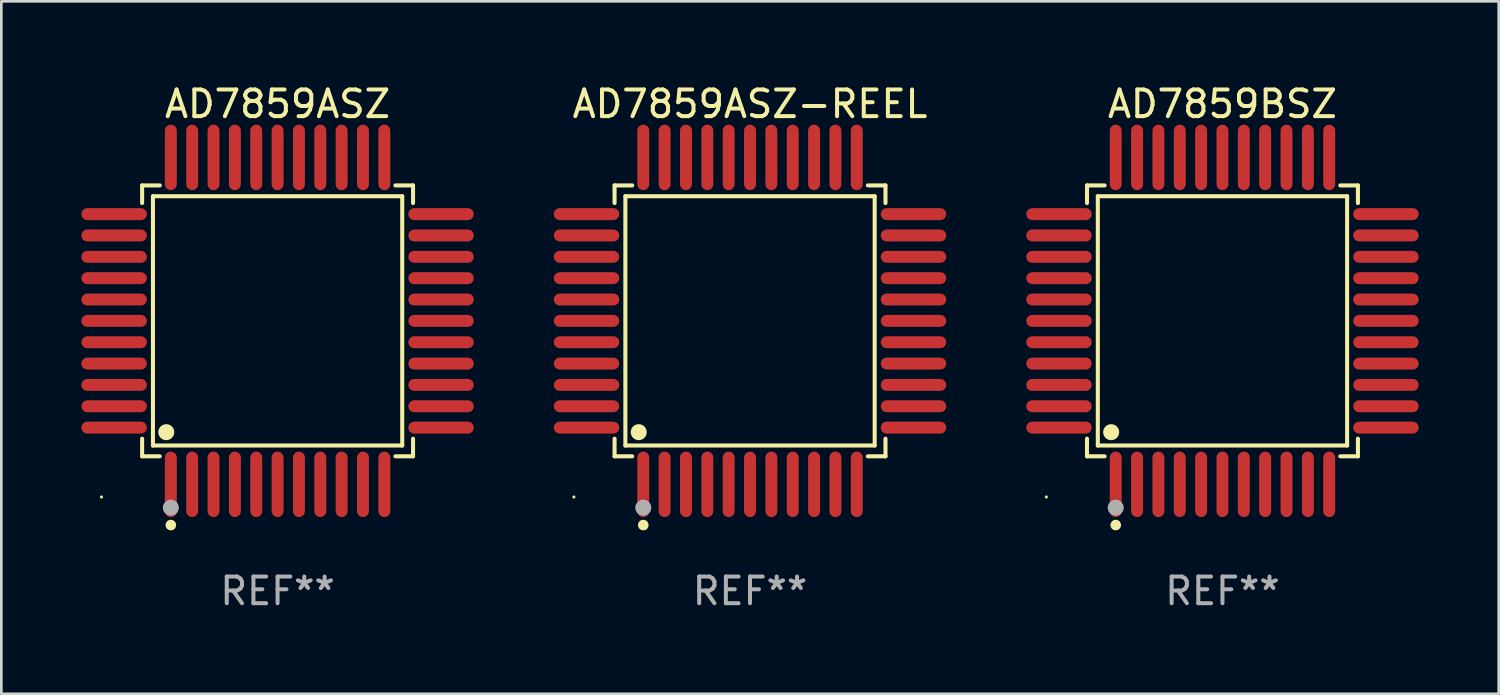
<source format=kicad_pcb>
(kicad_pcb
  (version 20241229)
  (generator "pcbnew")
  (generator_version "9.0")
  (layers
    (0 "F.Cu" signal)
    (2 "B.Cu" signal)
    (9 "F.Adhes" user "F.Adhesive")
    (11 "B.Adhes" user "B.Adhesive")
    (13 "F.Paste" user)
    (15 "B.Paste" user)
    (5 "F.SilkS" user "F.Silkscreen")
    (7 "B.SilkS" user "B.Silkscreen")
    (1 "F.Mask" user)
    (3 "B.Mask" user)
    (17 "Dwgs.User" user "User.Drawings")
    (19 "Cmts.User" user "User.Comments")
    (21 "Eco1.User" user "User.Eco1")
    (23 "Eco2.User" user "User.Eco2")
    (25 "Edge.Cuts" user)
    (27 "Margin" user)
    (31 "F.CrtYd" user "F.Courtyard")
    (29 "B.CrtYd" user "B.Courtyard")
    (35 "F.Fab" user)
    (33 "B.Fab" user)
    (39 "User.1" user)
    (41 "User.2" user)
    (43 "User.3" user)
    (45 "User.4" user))
  (footprint "AD7859ASZ"
    (layer "F.Cu")
    (at 7.352 8.974)
    (property "Reference" "AD7859ASZ" (at 0 -8.126 0) (layer "F.SilkS") (effects (font (size 1 1) (thickness 0.15))))
    (attr through_hole)
    (fp_line (start -5.076 -5.076) (end -4.415 -5.076) (stroke (width 0.152) (type solid)) (layer "F.SilkS"))
    (fp_line (start -5.076 -4.415) (end -5.076 -5.076) (stroke (width 0.152) (type solid)) (layer "F.SilkS"))
    (fp_line (start -5.076 4.415) (end -5.076 5.076) (stroke (width 0.152) (type solid)) (layer "F.SilkS"))
    (fp_line (start -5.076 5.076) (end -4.415 5.076) (stroke (width 0.152) (type solid)) (layer "F.SilkS"))
    (fp_line (start -4.671 -4.671) (end 4.671 -4.671) (stroke (width 0.152) (type solid)) (layer "F.SilkS"))
    (fp_line (start -4.671 4.671) (end -4.671 -4.671) (stroke (width 0.152) (type solid)) (layer "F.SilkS"))
    (fp_line (start 4.671 -4.671) (end 4.671 4.671) (stroke (width 0.152) (type solid)) (layer "F.SilkS"))
    (fp_line (start 4.671 4.671) (end -4.671 4.671) (stroke (width 0.152) (type solid)) (layer "F.SilkS"))
    (fp_line (start 5.076 -5.076) (end 4.415 -5.076) (stroke (width 0.152) (type solid)) (layer "F.SilkS"))
    (fp_line (start 5.076 -4.415) (end 5.076 -5.076) (stroke (width 0.152) (type solid)) (layer "F.SilkS"))
    (fp_line (start 5.076 4.415) (end 5.076 5.076) (stroke (width 0.152) (type solid)) (layer "F.SilkS"))
    (fp_line (start 5.076 5.076) (end 4.415 5.076) (stroke (width 0.152) (type solid)) (layer "F.SilkS"))
    (fp_circle (center -6.6 6.6) (end -6.57 6.6) (stroke (width 0.06) (type solid)) (fill no) (layer "F.SilkS"))
    (fp_circle (center -4.171 4.171) (end -4.021 4.171) (stroke (width 0.3) (type solid)) (fill no) (layer "F.SilkS"))
    (fp_circle (center -4 7.652) (end -3.9 7.652) (stroke (width 0.2) (type solid)) (fill no) (layer "F.SilkS"))
    (fp_circle (center -4 7) (end -3.85 7) (stroke (width 0.3) (type solid)) (fill no) (layer "F.Fab"))
    (fp_text user "REF**" (at 0 10.126 0) (layer "F.Fab") (effects (font (size 1 1) (thickness 0.15))))
    (pad "1" smd oval (at -4 6.126) (size 0.448 2.452) (layers "F.Cu" "F.Mask" "F.Paste"))
    (pad "2" smd oval (at -3.2 6.126) (size 0.448 2.452) (layers "F.Cu" "F.Mask" "F.Paste"))
    (pad "3" smd oval (at -2.4 6.126) (size 0.448 2.452) (layers "F.Cu" "F.Mask" "F.Paste"))
    (pad "4" smd oval (at -1.6 6.126) (size 0.448 2.452) (layers "F.Cu" "F.Mask" "F.Paste"))
    (pad "5" smd oval (at -0.8 6.126) (size 0.448 2.452) (layers "F.Cu" "F.Mask" "F.Paste"))
    (pad "6" smd oval (at 0 6.126) (size 0.448 2.452) (layers "F.Cu" "F.Mask" "F.Paste"))
    (pad "7" smd oval (at 0.8 6.126) (size 0.448 2.452) (layers "F.Cu" "F.Mask" "F.Paste"))
    (pad "8" smd oval (at 1.6 6.126) (size 0.448 2.452) (layers "F.Cu" "F.Mask" "F.Paste"))
    (pad "9" smd oval (at 2.4 6.126) (size 0.448 2.452) (layers "F.Cu" "F.Mask" "F.Paste"))
    (pad "10" smd oval (at 3.2 6.126) (size 0.448 2.452) (layers "F.Cu" "F.Mask" "F.Paste"))
    (pad "11" smd oval (at 4 6.126) (size 0.448 2.452) (layers "F.Cu" "F.Mask" "F.Paste"))
    (pad "12" smd oval (at 6.126 4) (size 2.452 0.448) (layers "F.Cu" "F.Mask" "F.Paste"))
    (pad "13" smd oval (at 6.126 3.2) (size 2.452 0.448) (layers "F.Cu" "F.Mask" "F.Paste"))
    (pad "14" smd oval (at 6.126 2.4) (size 2.452 0.448) (layers "F.Cu" "F.Mask" "F.Paste"))
    (pad "15" smd oval (at 6.126 1.6) (size 2.452 0.448) (layers "F.Cu" "F.Mask" "F.Paste"))
    (pad "16" smd oval (at 6.126 0.8) (size 2.452 0.448) (layers "F.Cu" "F.Mask" "F.Paste"))
    (pad "17" smd oval (at 6.126 0) (size 2.452 0.448) (layers "F.Cu" "F.Mask" "F.Paste"))
    (pad "18" smd oval (at 6.126 -0.8) (size 2.452 0.448) (layers "F.Cu" "F.Mask" "F.Paste"))
    (pad "19" smd oval (at 6.126 -1.6) (size 2.452 0.448) (layers "F.Cu" "F.Mask" "F.Paste"))
    (pad "20" smd oval (at 6.126 -2.4) (size 2.452 0.448) (layers "F.Cu" "F.Mask" "F.Paste"))
    (pad "21" smd oval (at 6.126 -3.2) (size 2.452 0.448) (layers "F.Cu" "F.Mask" "F.Paste"))
    (pad "22" smd oval (at 6.126 -4) (size 2.452 0.448) (layers "F.Cu" "F.Mask" "F.Paste"))
    (pad "23" smd oval (at 4 -6.126) (size 0.448 2.452) (layers "F.Cu" "F.Mask" "F.Paste"))
    (pad "24" smd oval (at 3.2 -6.126) (size 0.448 2.452) (layers "F.Cu" "F.Mask" "F.Paste"))
    (pad "25" smd oval (at 2.4 -6.126) (size 0.448 2.452) (layers "F.Cu" "F.Mask" "F.Paste"))
    (pad "26" smd oval (at 1.6 -6.126) (size 0.448 2.452) (layers "F.Cu" "F.Mask" "F.Paste"))
    (pad "27" smd oval (at 0.8 -6.126) (size 0.448 2.452) (layers "F.Cu" "F.Mask" "F.Paste"))
    (pad "28" smd oval (at 0 -6.126) (size 0.448 2.452) (layers "F.Cu" "F.Mask" "F.Paste"))
    (pad "29" smd oval (at -0.8 -6.126) (size 0.448 2.452) (layers "F.Cu" "F.Mask" "F.Paste"))
    (pad "30" smd oval (at -1.6 -6.126) (size 0.448 2.452) (layers "F.Cu" "F.Mask" "F.Paste"))
    (pad "31" smd oval (at -2.4 -6.126) (size 0.448 2.452) (layers "F.Cu" "F.Mask" "F.Paste"))
    (pad "32" smd oval (at -3.2 -6.126) (size 0.448 2.452) (layers "F.Cu" "F.Mask" "F.Paste"))
    (pad "33" smd oval (at -4 -6.126) (size 0.448 2.452) (layers "F.Cu" "F.Mask" "F.Paste"))
    (pad "34" smd oval (at -6.126 -4) (size 2.452 0.448) (layers "F.Cu" "F.Mask" "F.Paste"))
    (pad "35" smd oval (at -6.126 -3.2) (size 2.452 0.448) (layers "F.Cu" "F.Mask" "F.Paste"))
    (pad "36" smd oval (at -6.126 -2.4) (size 2.452 0.448) (layers "F.Cu" "F.Mask" "F.Paste"))
    (pad "37" smd oval (at -6.126 -1.6) (size 2.452 0.448) (layers "F.Cu" "F.Mask" "F.Paste"))
    (pad "38" smd oval (at -6.126 -0.8) (size 2.452 0.448) (layers "F.Cu" "F.Mask" "F.Paste"))
    (pad "39" smd oval (at -6.126 0) (size 2.452 0.448) (layers "F.Cu" "F.Mask" "F.Paste"))
    (pad "40" smd oval (at -6.126 0.8) (size 2.452 0.448) (layers "F.Cu" "F.Mask" "F.Paste"))
    (pad "41" smd oval (at -6.126 1.6) (size 2.452 0.448) (layers "F.Cu" "F.Mask" "F.Paste"))
    (pad "42" smd oval (at -6.126 2.4) (size 2.452 0.448) (layers "F.Cu" "F.Mask" "F.Paste"))
    (pad "43" smd oval (at -6.126 3.2) (size 2.452 0.448) (layers "F.Cu" "F.Mask" "F.Paste"))
    (pad "44" smd oval (at -6.126 4) (size 2.452 0.448) (layers "F.Cu" "F.Mask" "F.Paste")))
  (footprint "AD7859BSZ"
    (layer "F.Cu")
    (at 42.76 8.974)
    (property "Reference" "AD7859BSZ" (at 0 -8.126 0) (layer "F.SilkS") (effects (font (size 1 1) (thickness 0.15))))
    (attr through_hole)
    (fp_line (start -5.076 -5.076) (end -4.415 -5.076) (stroke (width 0.152) (type solid)) (layer "F.SilkS"))
    (fp_line (start -5.076 -4.415) (end -5.076 -5.076) (stroke (width 0.152) (type solid)) (layer "F.SilkS"))
    (fp_line (start -5.076 4.415) (end -5.076 5.076) (stroke (width 0.152) (type solid)) (layer "F.SilkS"))
    (fp_line (start -5.076 5.076) (end -4.415 5.076) (stroke (width 0.152) (type solid)) (layer "F.SilkS"))
    (fp_line (start -4.671 -4.671) (end 4.671 -4.671) (stroke (width 0.152) (type solid)) (layer "F.SilkS"))
    (fp_line (start -4.671 4.671) (end -4.671 -4.671) (stroke (width 0.152) (type solid)) (layer "F.SilkS"))
    (fp_line (start 4.671 -4.671) (end 4.671 4.671) (stroke (width 0.152) (type solid)) (layer "F.SilkS"))
    (fp_line (start 4.671 4.671) (end -4.671 4.671) (stroke (width 0.152) (type solid)) (layer "F.SilkS"))
    (fp_line (start 5.076 -5.076) (end 4.415 -5.076) (stroke (width 0.152) (type solid)) (layer "F.SilkS"))
    (fp_line (start 5.076 -4.415) (end 5.076 -5.076) (stroke (width 0.152) (type solid)) (layer "F.SilkS"))
    (fp_line (start 5.076 4.415) (end 5.076 5.076) (stroke (width 0.152) (type solid)) (layer "F.SilkS"))
    (fp_line (start 5.076 5.076) (end 4.415 5.076) (stroke (width 0.152) (type solid)) (layer "F.SilkS"))
    (fp_circle (center -6.6 6.6) (end -6.57 6.6) (stroke (width 0.06) (type solid)) (fill no) (layer "F.SilkS"))
    (fp_circle (center -4.171 4.171) (end -4.021 4.171) (stroke (width 0.3) (type solid)) (fill no) (layer "F.SilkS"))
    (fp_circle (center -4 7.652) (end -3.9 7.652) (stroke (width 0.2) (type solid)) (fill no) (layer "F.SilkS"))
    (fp_circle (center -4 7) (end -3.85 7) (stroke (width 0.3) (type solid)) (fill no) (layer "F.Fab"))
    (fp_text user "REF**" (at 0 10.126 0) (layer "F.Fab") (effects (font (size 1 1) (thickness 0.15))))
    (pad "1" smd oval (at -4 6.126) (size 0.448 2.452) (layers "F.Cu" "F.Mask" "F.Paste"))
    (pad "2" smd oval (at -3.2 6.126) (size 0.448 2.452) (layers "F.Cu" "F.Mask" "F.Paste"))
    (pad "3" smd oval (at -2.4 6.126) (size 0.448 2.452) (layers "F.Cu" "F.Mask" "F.Paste"))
    (pad "4" smd oval (at -1.6 6.126) (size 0.448 2.452) (layers "F.Cu" "F.Mask" "F.Paste"))
    (pad "5" smd oval (at -0.8 6.126) (size 0.448 2.452) (layers "F.Cu" "F.Mask" "F.Paste"))
    (pad "6" smd oval (at 0 6.126) (size 0.448 2.452) (layers "F.Cu" "F.Mask" "F.Paste"))
    (pad "7" smd oval (at 0.8 6.126) (size 0.448 2.452) (layers "F.Cu" "F.Mask" "F.Paste"))
    (pad "8" smd oval (at 1.6 6.126) (size 0.448 2.452) (layers "F.Cu" "F.Mask" "F.Paste"))
    (pad "9" smd oval (at 2.4 6.126) (size 0.448 2.452) (layers "F.Cu" "F.Mask" "F.Paste"))
    (pad "10" smd oval (at 3.2 6.126) (size 0.448 2.452) (layers "F.Cu" "F.Mask" "F.Paste"))
    (pad "11" smd oval (at 4 6.126) (size 0.448 2.452) (layers "F.Cu" "F.Mask" "F.Paste"))
    (pad "12" smd oval (at 6.126 4) (size 2.452 0.448) (layers "F.Cu" "F.Mask" "F.Paste"))
    (pad "13" smd oval (at 6.126 3.2) (size 2.452 0.448) (layers "F.Cu" "F.Mask" "F.Paste"))
    (pad "14" smd oval (at 6.126 2.4) (size 2.452 0.448) (layers "F.Cu" "F.Mask" "F.Paste"))
    (pad "15" smd oval (at 6.126 1.6) (size 2.452 0.448) (layers "F.Cu" "F.Mask" "F.Paste"))
    (pad "16" smd oval (at 6.126 0.8) (size 2.452 0.448) (layers "F.Cu" "F.Mask" "F.Paste"))
    (pad "17" smd oval (at 6.126 0) (size 2.452 0.448) (layers "F.Cu" "F.Mask" "F.Paste"))
    (pad "18" smd oval (at 6.126 -0.8) (size 2.452 0.448) (layers "F.Cu" "F.Mask" "F.Paste"))
    (pad "19" smd oval (at 6.126 -1.6) (size 2.452 0.448) (layers "F.Cu" "F.Mask" "F.Paste"))
    (pad "20" smd oval (at 6.126 -2.4) (size 2.452 0.448) (layers "F.Cu" "F.Mask" "F.Paste"))
    (pad "21" smd oval (at 6.126 -3.2) (size 2.452 0.448) (layers "F.Cu" "F.Mask" "F.Paste"))
    (pad "22" smd oval (at 6.126 -4) (size 2.452 0.448) (layers "F.Cu" "F.Mask" "F.Paste"))
    (pad "23" smd oval (at 4 -6.126) (size 0.448 2.452) (layers "F.Cu" "F.Mask" "F.Paste"))
    (pad "24" smd oval (at 3.2 -6.126) (size 0.448 2.452) (layers "F.Cu" "F.Mask" "F.Paste"))
    (pad "25" smd oval (at 2.4 -6.126) (size 0.448 2.452) (layers "F.Cu" "F.Mask" "F.Paste"))
    (pad "26" smd oval (at 1.6 -6.126) (size 0.448 2.452) (layers "F.Cu" "F.Mask" "F.Paste"))
    (pad "27" smd oval (at 0.8 -6.126) (size 0.448 2.452) (layers "F.Cu" "F.Mask" "F.Paste"))
    (pad "28" smd oval (at 0 -6.126) (size 0.448 2.452) (layers "F.Cu" "F.Mask" "F.Paste"))
    (pad "29" smd oval (at -0.8 -6.126) (size 0.448 2.452) (layers "F.Cu" "F.Mask" "F.Paste"))
    (pad "30" smd oval (at -1.6 -6.126) (size 0.448 2.452) (layers "F.Cu" "F.Mask" "F.Paste"))
    (pad "31" smd oval (at -2.4 -6.126) (size 0.448 2.452) (layers "F.Cu" "F.Mask" "F.Paste"))
    (pad "32" smd oval (at -3.2 -6.126) (size 0.448 2.452) (layers "F.Cu" "F.Mask" "F.Paste"))
    (pad "33" smd oval (at -4 -6.126) (size 0.448 2.452) (layers "F.Cu" "F.Mask" "F.Paste"))
    (pad "34" smd oval (at -6.126 -4) (size 2.452 0.448) (layers "F.Cu" "F.Mask" "F.Paste"))
    (pad "35" smd oval (at -6.126 -3.2) (size 2.452 0.448) (layers "F.Cu" "F.Mask" "F.Paste"))
    (pad "36" smd oval (at -6.126 -2.4) (size 2.452 0.448) (layers "F.Cu" "F.Mask" "F.Paste"))
    (pad "37" smd oval (at -6.126 -1.6) (size 2.452 0.448) (layers "F.Cu" "F.Mask" "F.Paste"))
    (pad "38" smd oval (at -6.126 -0.8) (size 2.452 0.448) (layers "F.Cu" "F.Mask" "F.Paste"))
    (pad "39" smd oval (at -6.126 0) (size 2.452 0.448) (layers "F.Cu" "F.Mask" "F.Paste"))
    (pad "40" smd oval (at -6.126 0.8) (size 2.452 0.448) (layers "F.Cu" "F.Mask" "F.Paste"))
    (pad "41" smd oval (at -6.126 1.6) (size 2.452 0.448) (layers "F.Cu" "F.Mask" "F.Paste"))
    (pad "42" smd oval (at -6.126 2.4) (size 2.452 0.448) (layers "F.Cu" "F.Mask" "F.Paste"))
    (pad "43" smd oval (at -6.126 3.2) (size 2.452 0.448) (layers "F.Cu" "F.Mask" "F.Paste"))
    (pad "44" smd oval (at -6.126 4) (size 2.452 0.448) (layers "F.Cu" "F.Mask" "F.Paste")))
  (footprint "AD7859ASZ-REEL"
    (layer "F.Cu")
    (at 25.056 8.974)
    (property "Reference" "AD7859ASZ-REEL" (at 0 -8.126 0) (layer "F.SilkS") (effects (font (size 1 1) (thickness 0.15))))
    (attr through_hole)
    (fp_line (start -5.076 -5.076) (end -4.415 -5.076) (stroke (width 0.152) (type solid)) (layer "F.SilkS"))
    (fp_line (start -5.076 -4.415) (end -5.076 -5.076) (stroke (width 0.152) (type solid)) (layer "F.SilkS"))
    (fp_line (start -5.076 4.415) (end -5.076 5.076) (stroke (width 0.152) (type solid)) (layer "F.SilkS"))
    (fp_line (start -5.076 5.076) (end -4.415 5.076) (stroke (width 0.152) (type solid)) (layer "F.SilkS"))
    (fp_line (start -4.671 -4.671) (end 4.671 -4.671) (stroke (width 0.152) (type solid)) (layer "F.SilkS"))
    (fp_line (start -4.671 4.671) (end -4.671 -4.671) (stroke (width 0.152) (type solid)) (layer "F.SilkS"))
    (fp_line (start 4.671 -4.671) (end 4.671 4.671) (stroke (width 0.152) (type solid)) (layer "F.SilkS"))
    (fp_line (start 4.671 4.671) (end -4.671 4.671) (stroke (width 0.152) (type solid)) (layer "F.SilkS"))
    (fp_line (start 5.076 -5.076) (end 4.415 -5.076) (stroke (width 0.152) (type solid)) (layer "F.SilkS"))
    (fp_line (start 5.076 -4.415) (end 5.076 -5.076) (stroke (width 0.152) (type solid)) (layer "F.SilkS"))
    (fp_line (start 5.076 4.415) (end 5.076 5.076) (stroke (width 0.152) (type solid)) (layer "F.SilkS"))
    (fp_line (start 5.076 5.076) (end 4.415 5.076) (stroke (width 0.152) (type solid)) (layer "F.SilkS"))
    (fp_circle (center -6.6 6.6) (end -6.57 6.6) (stroke (width 0.06) (type solid)) (fill no) (layer "F.SilkS"))
    (fp_circle (center -4.171 4.171) (end -4.021 4.171) (stroke (width 0.3) (type solid)) (fill no) (layer "F.SilkS"))
    (fp_circle (center -4 7.652) (end -3.9 7.652) (stroke (width 0.2) (type solid)) (fill no) (layer "F.SilkS"))
    (fp_circle (center -4 7) (end -3.85 7) (stroke (width 0.3) (type solid)) (fill no) (layer "F.Fab"))
    (fp_text user "REF**" (at 0 10.126 0) (layer "F.Fab") (effects (font (size 1 1) (thickness 0.15))))
    (pad "1" smd oval (at -4 6.126) (size 0.448 2.452) (layers "F.Cu" "F.Mask" "F.Paste"))
    (pad "2" smd oval (at -3.2 6.126) (size 0.448 2.452) (layers "F.Cu" "F.Mask" "F.Paste"))
    (pad "3" smd oval (at -2.4 6.126) (size 0.448 2.452) (layers "F.Cu" "F.Mask" "F.Paste"))
    (pad "4" smd oval (at -1.6 6.126) (size 0.448 2.452) (layers "F.Cu" "F.Mask" "F.Paste"))
    (pad "5" smd oval (at -0.8 6.126) (size 0.448 2.452) (layers "F.Cu" "F.Mask" "F.Paste"))
    (pad "6" smd oval (at 0 6.126) (size 0.448 2.452) (layers "F.Cu" "F.Mask" "F.Paste"))
    (pad "7" smd oval (at 0.8 6.126) (size 0.448 2.452) (layers "F.Cu" "F.Mask" "F.Paste"))
    (pad "8" smd oval (at 1.6 6.126) (size 0.448 2.452) (layers "F.Cu" "F.Mask" "F.Paste"))
    (pad "9" smd oval (at 2.4 6.126) (size 0.448 2.452) (layers "F.Cu" "F.Mask" "F.Paste"))
    (pad "10" smd oval (at 3.2 6.126) (size 0.448 2.452) (layers "F.Cu" "F.Mask" "F.Paste"))
    (pad "11" smd oval (at 4 6.126) (size 0.448 2.452) (layers "F.Cu" "F.Mask" "F.Paste"))
    (pad "12" smd oval (at 6.126 4) (size 2.452 0.448) (layers "F.Cu" "F.Mask" "F.Paste"))
    (pad "13" smd oval (at 6.126 3.2) (size 2.452 0.448) (layers "F.Cu" "F.Mask" "F.Paste"))
    (pad "14" smd oval (at 6.126 2.4) (size 2.452 0.448) (layers "F.Cu" "F.Mask" "F.Paste"))
    (pad "15" smd oval (at 6.126 1.6) (size 2.452 0.448) (layers "F.Cu" "F.Mask" "F.Paste"))
    (pad "16" smd oval (at 6.126 0.8) (size 2.452 0.448) (layers "F.Cu" "F.Mask" "F.Paste"))
    (pad "17" smd oval (at 6.126 0) (size 2.452 0.448) (layers "F.Cu" "F.Mask" "F.Paste"))
    (pad "18" smd oval (at 6.126 -0.8) (size 2.452 0.448) (layers "F.Cu" "F.Mask" "F.Paste"))
    (pad "19" smd oval (at 6.126 -1.6) (size 2.452 0.448) (layers "F.Cu" "F.Mask" "F.Paste"))
    (pad "20" smd oval (at 6.126 -2.4) (size 2.452 0.448) (layers "F.Cu" "F.Mask" "F.Paste"))
    (pad "21" smd oval (at 6.126 -3.2) (size 2.452 0.448) (layers "F.Cu" "F.Mask" "F.Paste"))
    (pad "22" smd oval (at 6.126 -4) (size 2.452 0.448) (layers "F.Cu" "F.Mask" "F.Paste"))
    (pad "23" smd oval (at 4 -6.126) (size 0.448 2.452) (layers "F.Cu" "F.Mask" "F.Paste"))
    (pad "24" smd oval (at 3.2 -6.126) (size 0.448 2.452) (layers "F.Cu" "F.Mask" "F.Paste"))
    (pad "25" smd oval (at 2.4 -6.126) (size 0.448 2.452) (layers "F.Cu" "F.Mask" "F.Paste"))
    (pad "26" smd oval (at 1.6 -6.126) (size 0.448 2.452) (layers "F.Cu" "F.Mask" "F.Paste"))
    (pad "27" smd oval (at 0.8 -6.126) (size 0.448 2.452) (layers "F.Cu" "F.Mask" "F.Paste"))
    (pad "28" smd oval (at 0 -6.126) (size 0.448 2.452) (layers "F.Cu" "F.Mask" "F.Paste"))
    (pad "29" smd oval (at -0.8 -6.126) (size 0.448 2.452) (layers "F.Cu" "F.Mask" "F.Paste"))
    (pad "30" smd oval (at -1.6 -6.126) (size 0.448 2.452) (layers "F.Cu" "F.Mask" "F.Paste"))
    (pad "31" smd oval (at -2.4 -6.126) (size 0.448 2.452) (layers "F.Cu" "F.Mask" "F.Paste"))
    (pad "32" smd oval (at -3.2 -6.126) (size 0.448 2.452) (layers "F.Cu" "F.Mask" "F.Paste"))
    (pad "33" smd oval (at -4 -6.126) (size 0.448 2.452) (layers "F.Cu" "F.Mask" "F.Paste"))
    (pad "34" smd oval (at -6.126 -4) (size 2.452 0.448) (layers "F.Cu" "F.Mask" "F.Paste"))
    (pad "35" smd oval (at -6.126 -3.2) (size 2.452 0.448) (layers "F.Cu" "F.Mask" "F.Paste"))
    (pad "36" smd oval (at -6.126 -2.4) (size 2.452 0.448) (layers "F.Cu" "F.Mask" "F.Paste"))
    (pad "37" smd oval (at -6.126 -1.6) (size 2.452 0.448) (layers "F.Cu" "F.Mask" "F.Paste"))
    (pad "38" smd oval (at -6.126 -0.8) (size 2.452 0.448) (layers "F.Cu" "F.Mask" "F.Paste"))
    (pad "39" smd oval (at -6.126 0) (size 2.452 0.448) (layers "F.Cu" "F.Mask" "F.Paste"))
    (pad "40" smd oval (at -6.126 0.8) (size 2.452 0.448) (layers "F.Cu" "F.Mask" "F.Paste"))
    (pad "41" smd oval (at -6.126 1.6) (size 2.452 0.448) (layers "F.Cu" "F.Mask" "F.Paste"))
    (pad "42" smd oval (at -6.126 2.4) (size 2.452 0.448) (layers "F.Cu" "F.Mask" "F.Paste"))
    (pad "43" smd oval (at -6.126 3.2) (size 2.452 0.448) (layers "F.Cu" "F.Mask" "F.Paste"))
    (pad "44" smd oval (at -6.126 4) (size 2.452 0.448) (layers "F.Cu" "F.Mask" "F.Paste")))
  (gr_rect
    (start -3 -3)
    (end 53.112 22.948)
    (stroke (width 0.1) (type default))
    (fill no)
    (layer "Edge.Cuts")))
</source>
